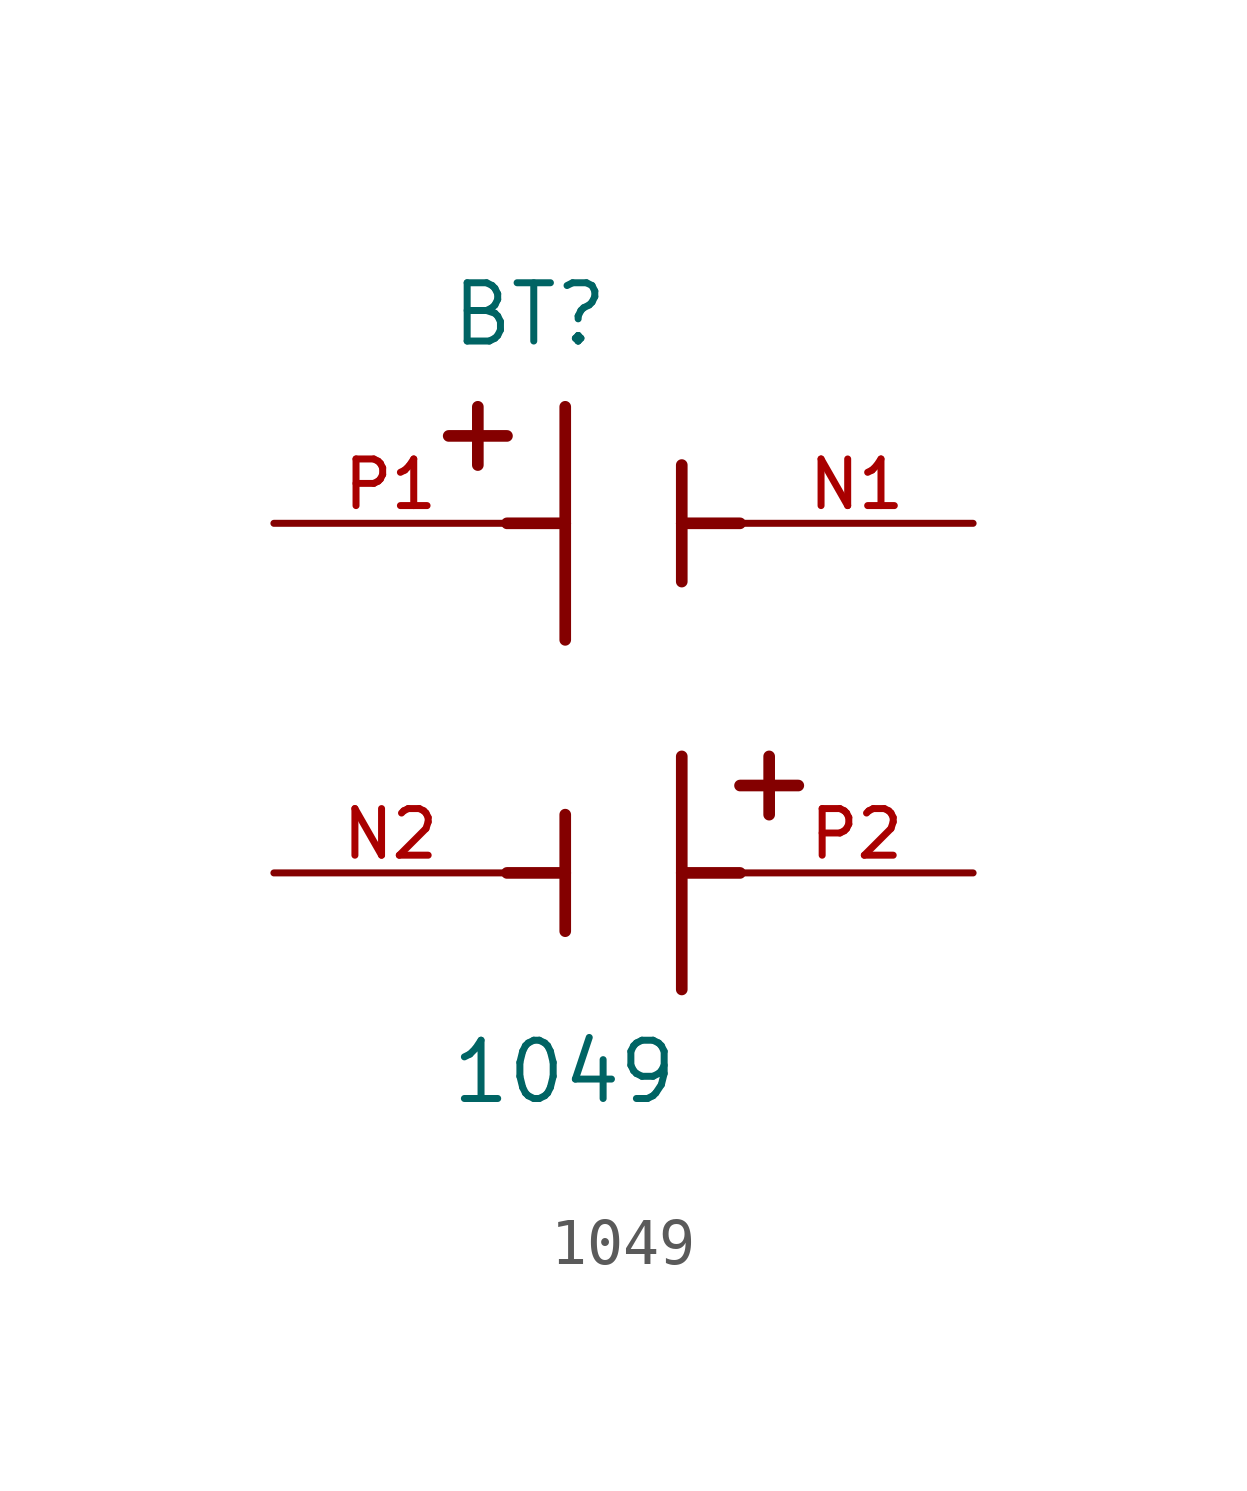
<source format=kicad_sym>
(kicad_symbol_lib
  (version 20241209)
  (generator "kicad_symbol_editor")
  (generator_version "9.0")
  (symbol "1049"
    (pin_names
      (offset 1.016))
    (property "Reference" "BT"
      (at -3.81 8.89 0)
      (effects (font (size 1.27 1.27)) (justify left bottom)))
    (property "Value" "1049"
      (at -3.81 -7.62 0)
      (effects (font (size 1.27 1.27)) (justify left bottom)))
    (symbol "1049_0_0"
      (polyline (pts (xy -3.81 6.985) (xy -2.54 6.985)) (stroke (width 0.254) (type default)) (fill (type none)))
      (polyline (pts (xy -3.175 7.62) (xy -3.175 6.35)) (stroke (width 0.254) (type default)) (fill (type none)))
      (polyline (pts (xy -1.27 7.62) (xy -1.27 5.08)) (stroke (width 0.254) (type default)) (fill (type none)))
      (polyline (pts (xy -1.27 5.08) (xy -2.54 5.08)) (stroke (width 0.254) (type default)) (fill (type none)))
      (polyline (pts (xy -1.27 5.08) (xy -1.27 2.54)) (stroke (width 0.254) (type default)) (fill (type none)))
      (polyline (pts (xy -1.27 -2.54) (xy -2.54 -2.54)) (stroke (width 0.254) (type default)) (fill (type none)))
      (polyline (pts (xy -1.27 -2.54) (xy -1.27 -1.27)) (stroke (width 0.254) (type default)) (fill (type none)))
      (polyline (pts (xy -1.27 -3.81) (xy -1.27 -2.54)) (stroke (width 0.254) (type default)) (fill (type none)))
      (polyline (pts (xy 1.27 6.35) (xy 1.27 5.08)) (stroke (width 0.254) (type default)) (fill (type none)))
      (polyline (pts (xy 1.27 5.08) (xy 1.27 3.81)) (stroke (width 0.254) (type default)) (fill (type none)))
      (polyline (pts (xy 1.27 5.08) (xy 2.54 5.08)) (stroke (width 0.254) (type default)) (fill (type none)))
      (polyline (pts (xy 1.27 -2.54) (xy 1.27 0)) (stroke (width 0.254) (type default)) (fill (type none)))
      (polyline (pts (xy 1.27 -2.54) (xy 2.54 -2.54)) (stroke (width 0.254) (type default)) (fill (type none)))
      (polyline (pts (xy 1.27 -5.08) (xy 1.27 -2.54)) (stroke (width 0.254) (type default)) (fill (type none)))
      (polyline (pts (xy 3.175 -1.27) (xy 3.175 0)) (stroke (width 0.254) (type default)) (fill (type none)))
      (polyline (pts (xy 3.81 -0.635) (xy 2.54 -0.635)) (stroke (width 0.254) (type default)) (fill (type none)))
      (pin passive line (at -7.62 5.08 0) (length 5.08) (name "~" (effects (font (size 1.016 1.016)))) (number "P1" (effects (font (size 1.016 1.016)))))
      (pin passive line (at -7.62 -2.54 0) (length 5.08) (name "~" (effects (font (size 1.016 1.016)))) (number "N2" (effects (font (size 1.016 1.016)))))
      (pin passive line (at 7.62 5.08 180) (length 5.08) (name "~" (effects (font (size 1.016 1.016)))) (number "N1" (effects (font (size 1.016 1.016)))))
      (pin passive line (at 7.62 -2.54 180) (length 5.08) (name "~" (effects (font (size 1.016 1.016)))) (number "P2" (effects (font (size 1.016 1.016))))))))
</source>
